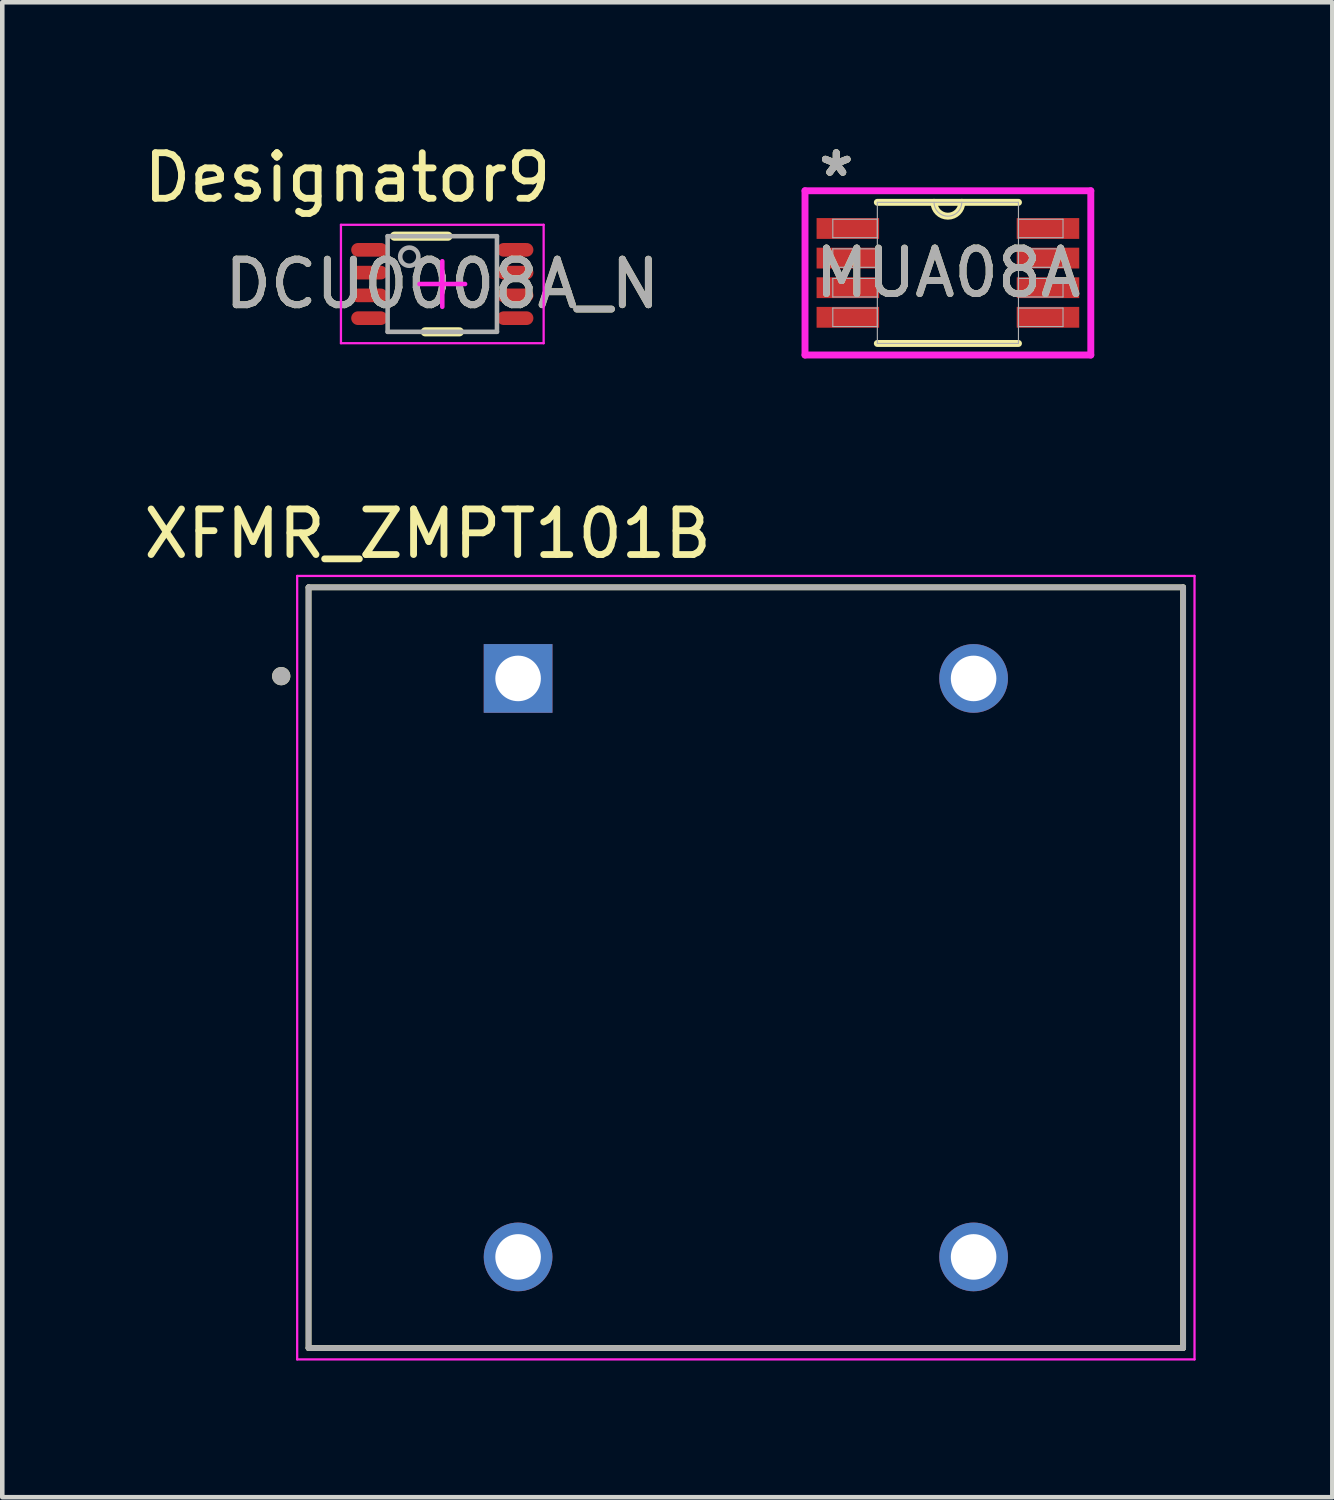
<source format=kicad_pcb>
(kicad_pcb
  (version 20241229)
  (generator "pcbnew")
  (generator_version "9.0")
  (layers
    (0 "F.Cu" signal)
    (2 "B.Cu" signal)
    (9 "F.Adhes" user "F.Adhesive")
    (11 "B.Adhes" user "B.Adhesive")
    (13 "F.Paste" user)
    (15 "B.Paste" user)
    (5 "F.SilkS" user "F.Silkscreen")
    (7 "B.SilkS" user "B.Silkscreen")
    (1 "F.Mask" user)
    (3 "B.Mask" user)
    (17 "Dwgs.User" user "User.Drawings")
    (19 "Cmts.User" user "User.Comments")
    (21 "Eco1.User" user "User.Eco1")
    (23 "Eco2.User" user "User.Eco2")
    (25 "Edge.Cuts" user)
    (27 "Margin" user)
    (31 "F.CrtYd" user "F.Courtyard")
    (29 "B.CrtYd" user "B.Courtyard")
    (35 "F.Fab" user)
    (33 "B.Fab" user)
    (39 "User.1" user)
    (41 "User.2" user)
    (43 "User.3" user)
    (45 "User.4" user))
  (footprint "MUA08A"
    (layer "F.Cu")
    (at 17.76 2.941)
    (property "Reference" "MUA08A" (at 0 0 0) (unlocked yes) (layer "F.SilkS") (effects (font (size 1 1) (thickness 0.15))))
    (attr smd)
    (fp_line (start -1.549 1.549) (end 1.549 1.549) (stroke (width 0.152) (type solid)) (layer "F.SilkS"))
    (fp_line (start 1.549 -1.549) (end -1.549 -1.549) (stroke (width 0.152) (type solid)) (layer "F.SilkS"))
    (fp_arc (start 0.3048 -1.5494) (mid 0 -1.2446) (end -0.3048 -1.5494) (stroke (width 0.1524) (type solid)) (layer "F.SilkS"))
    (fp_line (start -3.137 -1.803) (end 3.137 -1.803) (stroke (width 0.152) (type solid)) (layer "F.CrtYd"))
    (fp_line (start -3.137 1.803) (end -3.137 -1.803) (stroke (width 0.152) (type solid)) (layer "F.CrtYd"))
    (fp_line (start 3.137 -1.803) (end 3.137 1.803) (stroke (width 0.152) (type solid)) (layer "F.CrtYd"))
    (fp_line (start 3.137 1.803) (end -3.137 1.803) (stroke (width 0.152) (type solid)) (layer "F.CrtYd"))
    (fp_line (start -2.527 -1.178) (end -2.527 -0.772) (stroke (width 0.025) (type solid)) (layer "F.Fab"))
    (fp_line (start -2.527 -0.772) (end -1.549 -0.772) (stroke (width 0.025) (type solid)) (layer "F.Fab"))
    (fp_line (start -2.527 -0.528) (end -2.527 -0.122) (stroke (width 0.025) (type solid)) (layer "F.Fab"))
    (fp_line (start -2.527 -0.122) (end -1.549 -0.122) (stroke (width 0.025) (type solid)) (layer "F.Fab"))
    (fp_line (start -2.527 0.122) (end -2.527 0.528) (stroke (width 0.025) (type solid)) (layer "F.Fab"))
    (fp_line (start -2.527 0.528) (end -1.549 0.528) (stroke (width 0.025) (type solid)) (layer "F.Fab"))
    (fp_line (start -2.527 0.772) (end -2.527 1.178) (stroke (width 0.025) (type solid)) (layer "F.Fab"))
    (fp_line (start -2.527 1.178) (end -1.549 1.178) (stroke (width 0.025) (type solid)) (layer "F.Fab"))
    (fp_line (start -1.549 -1.549) (end -1.549 1.549) (stroke (width 0.025) (type solid)) (layer "F.Fab"))
    (fp_line (start -1.549 -1.178) (end -2.527 -1.178) (stroke (width 0.025) (type solid)) (layer "F.Fab"))
    (fp_line (start -1.549 -0.772) (end -1.549 -1.178) (stroke (width 0.025) (type solid)) (layer "F.Fab"))
    (fp_line (start -1.549 -0.528) (end -2.527 -0.528) (stroke (width 0.025) (type solid)) (layer "F.Fab"))
    (fp_line (start -1.549 -0.122) (end -1.549 -0.528) (stroke (width 0.025) (type solid)) (layer "F.Fab"))
    (fp_line (start -1.549 0.122) (end -2.527 0.122) (stroke (width 0.025) (type solid)) (layer "F.Fab"))
    (fp_line (start -1.549 0.528) (end -1.549 0.122) (stroke (width 0.025) (type solid)) (layer "F.Fab"))
    (fp_line (start -1.549 0.772) (end -2.527 0.772) (stroke (width 0.025) (type solid)) (layer "F.Fab"))
    (fp_line (start -1.549 1.178) (end -1.549 0.772) (stroke (width 0.025) (type solid)) (layer "F.Fab"))
    (fp_line (start -1.549 1.549) (end 1.549 1.549) (stroke (width 0.025) (type solid)) (layer "F.Fab"))
    (fp_line (start 1.549 -1.549) (end -1.549 -1.549) (stroke (width 0.025) (type solid)) (layer "F.Fab"))
    (fp_line (start 1.549 -1.178) (end 1.549 -0.772) (stroke (width 0.025) (type solid)) (layer "F.Fab"))
    (fp_line (start 1.549 -0.772) (end 2.527 -0.772) (stroke (width 0.025) (type solid)) (layer "F.Fab"))
    (fp_line (start 1.549 -0.528) (end 1.549 -0.122) (stroke (width 0.025) (type solid)) (layer "F.Fab"))
    (fp_line (start 1.549 -0.122) (end 2.527 -0.122) (stroke (width 0.025) (type solid)) (layer "F.Fab"))
    (fp_line (start 1.549 0.122) (end 1.549 0.528) (stroke (width 0.025) (type solid)) (layer "F.Fab"))
    (fp_line (start 1.549 0.528) (end 2.527 0.528) (stroke (width 0.025) (type solid)) (layer "F.Fab"))
    (fp_line (start 1.549 0.772) (end 1.549 1.178) (stroke (width 0.025) (type solid)) (layer "F.Fab"))
    (fp_line (start 1.549 1.178) (end 2.527 1.178) (stroke (width 0.025) (type solid)) (layer "F.Fab"))
    (fp_line (start 1.549 1.549) (end 1.549 -1.549) (stroke (width 0.025) (type solid)) (layer "F.Fab"))
    (fp_line (start 2.527 -1.178) (end 1.549 -1.178) (stroke (width 0.025) (type solid)) (layer "F.Fab"))
    (fp_line (start 2.527 -0.772) (end 2.527 -1.178) (stroke (width 0.025) (type solid)) (layer "F.Fab"))
    (fp_line (start 2.527 -0.528) (end 1.549 -0.528) (stroke (width 0.025) (type solid)) (layer "F.Fab"))
    (fp_line (start 2.527 -0.122) (end 2.527 -0.528) (stroke (width 0.025) (type solid)) (layer "F.Fab"))
    (fp_line (start 2.527 0.122) (end 1.549 0.122) (stroke (width 0.025) (type solid)) (layer "F.Fab"))
    (fp_line (start 2.527 0.528) (end 2.527 0.122) (stroke (width 0.025) (type solid)) (layer "F.Fab"))
    (fp_line (start 2.527 0.772) (end 1.549 0.772) (stroke (width 0.025) (type solid)) (layer "F.Fab"))
    (fp_line (start 2.527 1.178) (end 2.527 0.772) (stroke (width 0.025) (type solid)) (layer "F.Fab"))
    (fp_arc (start 0.3048 -1.5494) (mid 0 -1.2446) (end -0.3048 -1.5494) (stroke (width 0.0254) (type solid)) (layer "F.Fab"))
    (fp_text user "*" (at -2.451 -2.093 0) (unlocked yes) (layer "F.SilkS") (effects (font (size 1 1) (thickness 0.15))))
    (fp_text user "*" (at -2.451 -2.093 0) (layer "F.SilkS") (effects (font (size 1 1) (thickness 0.15))))
    (fp_text user "*" (at -2.451 -2.093 0) (unlocked yes) (layer "F.Fab") (effects (font (size 1 1) (thickness 0.15))))
    (fp_text user "${REFERENCE}" (at 0 0 0) (unlocked yes) (layer "F.Fab") (effects (font (size 1 1) (thickness 0.15))))
    (fp_text user "*" (at -2.451 -2.093 0) (layer "F.Fab") (effects (font (size 1 1) (thickness 0.15))))
    (pad "1" smd rect (at -2.197 -0.975) (size 1.372 0.457) (layers "F.Cu" "F.Mask" "F.Paste"))
    (pad "2" smd rect (at -2.197 -0.325) (size 1.372 0.457) (layers "F.Cu" "F.Mask" "F.Paste"))
    (pad "3" smd rect (at -2.197 0.325) (size 1.372 0.457) (layers "F.Cu" "F.Mask" "F.Paste"))
    (pad "4" smd rect (at -2.197 0.975) (size 1.372 0.457) (layers "F.Cu" "F.Mask" "F.Paste"))
    (pad "5" smd rect (at 2.197 0.975) (size 1.372 0.457) (layers "F.Cu" "F.Mask" "F.Paste"))
    (pad "6" smd rect (at 2.197 0.325) (size 1.372 0.457) (layers "F.Cu" "F.Mask" "F.Paste"))
    (pad "7" smd rect (at 2.197 -0.325) (size 1.372 0.457) (layers "F.Cu" "F.Mask" "F.Paste"))
    (pad "8" smd rect (at 2.197 -0.975) (size 1.372 0.457) (layers "F.Cu" "F.Mask" "F.Paste")))
  (footprint "XFMR_ZMPT101B"
    (layer "F.Cu")
    (at 13.324 18.194)
    (property "Reference" "XFMR_ZMPT101B" (at -6.985 -9.525 0) (layer "F.SilkS") (effects (font (size 1 1) (thickness 0.15))))
    (attr through_hole)
    (fp_line (start -9.6 -8.35) (end 9.6 -8.35) (stroke (width 0.127) (type solid)) (layer "F.SilkS"))
    (fp_line (start -9.6 8.35) (end -9.6 -8.35) (stroke (width 0.127) (type solid)) (layer "F.SilkS"))
    (fp_line (start 9.6 -8.35) (end 9.6 8.35) (stroke (width 0.127) (type solid)) (layer "F.SilkS"))
    (fp_line (start 9.6 8.35) (end -9.6 8.35) (stroke (width 0.127) (type solid)) (layer "F.SilkS"))
    (fp_circle (center -10.2 -6.4) (end -10.1 -6.4) (stroke (width 0.2) (type solid)) (fill no) (layer "F.SilkS"))
    (fp_line (start -9.85 -8.6) (end 9.85 -8.6) (stroke (width 0.05) (type solid)) (layer "F.CrtYd"))
    (fp_line (start -9.85 8.6) (end -9.85 -8.6) (stroke (width 0.05) (type solid)) (layer "F.CrtYd"))
    (fp_line (start 9.85 -8.6) (end 9.85 8.6) (stroke (width 0.05) (type solid)) (layer "F.CrtYd"))
    (fp_line (start 9.85 8.6) (end -9.85 8.6) (stroke (width 0.05) (type solid)) (layer "F.CrtYd"))
    (fp_line (start -9.6 -8.35) (end 9.6 -8.35) (stroke (width 0.127) (type solid)) (layer "F.Fab"))
    (fp_line (start -9.6 8.35) (end -9.6 -8.35) (stroke (width 0.127) (type solid)) (layer "F.Fab"))
    (fp_line (start 9.6 -8.35) (end 9.6 8.35) (stroke (width 0.127) (type solid)) (layer "F.Fab"))
    (fp_line (start 9.6 8.35) (end -9.6 8.35) (stroke (width 0.127) (type solid)) (layer "F.Fab"))
    (fp_circle (center -10.2 -6.4) (end -10.1 -6.4) (stroke (width 0.2) (type solid)) (fill no) (layer "F.Fab"))
    (pad "1" thru_hole rect (at -5 -6.35) (size 1.508 1.508) (drill 1) (layers "*.Cu" "*.Mask"))
    (pad "2" thru_hole circle (at -5 6.35) (size 1.508 1.508) (drill 1) (layers "*.Cu" "*.Mask"))
    (pad "3" thru_hole circle (at 5 6.35) (size 1.508 1.508) (drill 1) (layers "*.Cu" "*.Mask"))
    (pad "4" thru_hole circle (at 5 -6.35) (size 1.508 1.508) (drill 1) (layers "*.Cu" "*.Mask")))
  (footprint "DCU0008A_N"
    (layer "F.Cu")
    (at 6.66 3.185)
    (property "Reference" "DCU0008A_N" (at 0 0 0) (unlocked yes) (layer "F.SilkS") (effects (font (size 1 1) (thickness 0.15))))
    (attr smd)
    (fp_line (start -1.05 -1.05) (end 0.125 -1.05) (stroke (width 0.2) (type solid)) (layer "F.SilkS"))
    (fp_line (start -0.375 1.05) (end 0.375 1.05) (stroke (width 0.2) (type solid)) (layer "F.SilkS"))
    (fp_line (start -2.225 -1.3) (end 2.225 -1.3) (stroke (width 0.05) (type solid)) (layer "F.CrtYd"))
    (fp_line (start -2.225 1.3) (end -2.225 -1.3) (stroke (width 0.05) (type solid)) (layer "F.CrtYd"))
    (fp_line (start -2.225 1.3) (end 2.225 1.3) (stroke (width 0.05) (type solid)) (layer "F.CrtYd"))
    (fp_line (start -0.5 0) (end 0.5 0) (stroke (width 0.1) (type solid)) (layer "F.CrtYd"))
    (fp_line (start -0.000003 0.5) (end -0.000003 -0.5) (stroke (width 0.1) (type solid)) (layer "F.CrtYd"))
    (fp_line (start 2.225 1.3) (end 2.225 -1.3) (stroke (width 0.05) (type solid)) (layer "F.CrtYd"))
    (fp_line (start -1.2 -1.05) (end 1.2 -1.05) (stroke (width 0.1) (type solid)) (layer "F.Fab"))
    (fp_line (start -1.2 1.05) (end -1.2 -1.05) (stroke (width 0.1) (type solid)) (layer "F.Fab"))
    (fp_line (start -1.2 1.05) (end 1.2 1.05) (stroke (width 0.1) (type solid)) (layer "F.Fab"))
    (fp_line (start 1.2 1.05) (end 1.2 -1.05) (stroke (width 0.1) (type solid)) (layer "F.Fab"))
    (fp_circle (center -0.725 -0.6) (end -0.525 -0.6) (stroke (width 0.1) (type solid)) (fill no) (layer "F.Fab"))
    (fp_text user "Designator9" (at -2.083 -2.337 0) (unlocked yes) (layer "F.SilkS") (effects (font (size 1 1) (thickness 0.15))))
    (fp_text user "${REFERENCE}" (at 0 0 0) (unlocked yes) (layer "F.Fab") (effects (font (size 1 1) (thickness 0.15))))
    (pad "1" smd oval (at -1.6 -0.75 90) (size 0.3 0.8) (layers "F.Cu" "F.Mask" "F.Paste"))
    (pad "2" smd oval (at -1.6 -0.25 90) (size 0.3 0.8) (layers "F.Cu" "F.Mask" "F.Paste"))
    (pad "3" smd oval (at -1.6 0.25 90) (size 0.3 0.8) (layers "F.Cu" "F.Mask" "F.Paste"))
    (pad "4" smd oval (at -1.6 0.75 90) (size 0.3 0.8) (layers "F.Cu" "F.Mask" "F.Paste"))
    (pad "5" smd oval (at 1.6 0.75 90) (size 0.3 0.8) (layers "F.Cu" "F.Mask" "F.Paste"))
    (pad "6" smd oval (at 1.6 0.25 90) (size 0.3 0.8) (layers "F.Cu" "F.Mask" "F.Paste"))
    (pad "7" smd oval (at 1.6 -0.25 90) (size 0.3 0.8) (layers "F.Cu" "F.Mask" "F.Paste"))
    (pad "8" smd oval (at 1.6 -0.75 90) (size 0.3 0.8) (layers "F.Cu" "F.Mask" "F.Paste")))
  (gr_rect
    (start -3 -3)
    (end 26.199 29.819)
    (stroke (width 0.1) (type default))
    (fill no)
    (layer "Edge.Cuts")))
</source>
